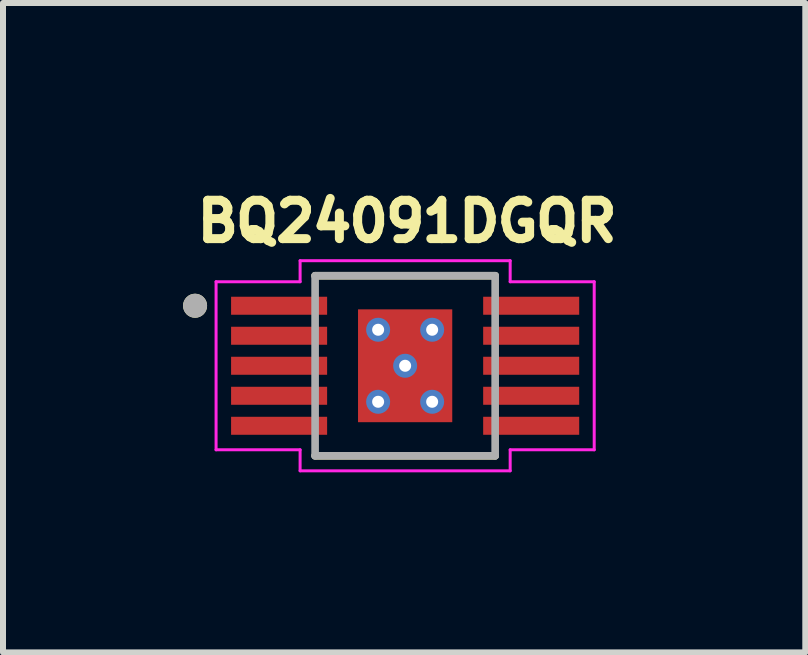
<source format=kicad_pcb>
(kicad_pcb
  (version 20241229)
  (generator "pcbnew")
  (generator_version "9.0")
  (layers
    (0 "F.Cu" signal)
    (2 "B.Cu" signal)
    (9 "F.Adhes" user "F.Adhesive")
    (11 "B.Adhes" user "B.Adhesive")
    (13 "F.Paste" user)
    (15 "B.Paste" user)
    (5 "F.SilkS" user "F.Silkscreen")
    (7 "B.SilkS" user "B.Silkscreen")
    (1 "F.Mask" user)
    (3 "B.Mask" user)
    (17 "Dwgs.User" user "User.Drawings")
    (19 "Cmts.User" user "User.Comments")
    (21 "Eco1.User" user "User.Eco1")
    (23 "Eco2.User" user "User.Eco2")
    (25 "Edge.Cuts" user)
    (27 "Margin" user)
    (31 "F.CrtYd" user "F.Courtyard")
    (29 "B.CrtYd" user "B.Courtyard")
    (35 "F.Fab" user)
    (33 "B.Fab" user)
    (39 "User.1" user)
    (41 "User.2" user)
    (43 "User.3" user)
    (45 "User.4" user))
  (footprint "BQ24091DGQR"
    (layer "F.Cu")
    (at 3.7 3.044)
    (property "Reference" "BQ24091DGQR" (at 0.032 -2.406 0) (layer "F.SilkS") (effects (font (size 0.64 0.64) (thickness 0.15))))
    (attr smd)
    (fp_poly (pts (xy -2.95 -1.2) (xy -1.25 -1.2) (xy -1.25 -0.8) (xy -2.95 -0.8)) (stroke (width 0.01) (type solid)) (fill yes) (layer "F.Mask"))
    (fp_poly (pts (xy -2.95 -0.7) (xy -1.25 -0.7) (xy -1.25 -0.3) (xy -2.95 -0.3)) (stroke (width 0.01) (type solid)) (fill yes) (layer "F.Mask"))
    (fp_poly (pts (xy -2.95 -0.2) (xy -1.25 -0.2) (xy -1.25 0.2) (xy -2.95 0.2)) (stroke (width 0.01) (type solid)) (fill yes) (layer "F.Mask"))
    (fp_poly (pts (xy -2.95 0.3) (xy -1.25 0.3) (xy -1.25 0.7) (xy -2.95 0.7)) (stroke (width 0.01) (type solid)) (fill yes) (layer "F.Mask"))
    (fp_poly (pts (xy -2.95 0.8) (xy -1.25 0.8) (xy -1.25 1.2) (xy -2.95 1.2)) (stroke (width 0.01) (type solid)) (fill yes) (layer "F.Mask"))
    (fp_poly (pts (xy 1.25 -1.2) (xy 2.95 -1.2) (xy 2.95 -0.8) (xy 1.25 -0.8)) (stroke (width 0.01) (type solid)) (fill yes) (layer "F.Mask"))
    (fp_poly (pts (xy 1.25 -0.7) (xy 2.95 -0.7) (xy 2.95 -0.3) (xy 1.25 -0.3)) (stroke (width 0.01) (type solid)) (fill yes) (layer "F.Mask"))
    (fp_poly (pts (xy 1.25 -0.2) (xy 2.95 -0.2) (xy 2.95 0.2) (xy 1.25 0.2)) (stroke (width 0.01) (type solid)) (fill yes) (layer "F.Mask"))
    (fp_poly (pts (xy 1.25 0.3) (xy 2.95 0.3) (xy 2.95 0.7) (xy 1.25 0.7)) (stroke (width 0.01) (type solid)) (fill yes) (layer "F.Mask"))
    (fp_poly (pts (xy 1.25 0.8) (xy 2.95 0.8) (xy 2.95 1.2) (xy 1.25 1.2)) (stroke (width 0.01) (type solid)) (fill yes) (layer "F.Mask"))
    (fp_line (start -1.5 1.5) (end 1.5 1.5) (stroke (width 0.127) (type solid)) (layer "F.SilkS"))
    (fp_line (start 1.5 -1.5) (end -1.5 -1.5) (stroke (width 0.127) (type solid)) (layer "F.SilkS"))
    (fp_circle (center -3.5 -1) (end -3.4 -1) (stroke (width 0.2) (type solid)) (fill no) (layer "F.SilkS"))
    (fp_poly (pts (xy -2.875 -1.125) (xy -1.325 -1.125) (xy -1.325 -0.875) (xy -2.875 -0.875)) (stroke (width 0.01) (type solid)) (fill yes) (layer "F.Paste"))
    (fp_poly (pts (xy -2.875 -0.625) (xy -1.325 -0.625) (xy -1.325 -0.375) (xy -2.875 -0.375)) (stroke (width 0.01) (type solid)) (fill yes) (layer "F.Paste"))
    (fp_poly (pts (xy -2.875 -0.125) (xy -1.325 -0.125) (xy -1.325 0.125) (xy -2.875 0.125)) (stroke (width 0.01) (type solid)) (fill yes) (layer "F.Paste"))
    (fp_poly (pts (xy -2.875 0.375) (xy -1.325 0.375) (xy -1.325 0.625) (xy -2.875 0.625)) (stroke (width 0.01) (type solid)) (fill yes) (layer "F.Paste"))
    (fp_poly (pts (xy -2.875 0.875) (xy -1.325 0.875) (xy -1.325 1.125) (xy -2.875 1.125)) (stroke (width 0.01) (type solid)) (fill yes) (layer "F.Paste"))
    (fp_poly (pts (xy 1.325 -1.125) (xy 2.875 -1.125) (xy 2.875 -0.875) (xy 1.325 -0.875)) (stroke (width 0.01) (type solid)) (fill yes) (layer "F.Paste"))
    (fp_poly (pts (xy 1.325 -0.625) (xy 2.875 -0.625) (xy 2.875 -0.375) (xy 1.325 -0.375)) (stroke (width 0.01) (type solid)) (fill yes) (layer "F.Paste"))
    (fp_poly (pts (xy 1.325 -0.125) (xy 2.875 -0.125) (xy 2.875 0.125) (xy 1.325 0.125)) (stroke (width 0.01) (type solid)) (fill yes) (layer "F.Paste"))
    (fp_poly (pts (xy 1.325 0.375) (xy 2.875 0.375) (xy 2.875 0.625) (xy 1.325 0.625)) (stroke (width 0.01) (type solid)) (fill yes) (layer "F.Paste"))
    (fp_poly (pts (xy 1.325 0.875) (xy 2.875 0.875) (xy 2.875 1.125) (xy 1.325 1.125)) (stroke (width 0.01) (type solid)) (fill yes) (layer "F.Paste"))
    (fp_line (start -3.15 -1.4) (end -3.15 1.4) (stroke (width 0.05) (type solid)) (layer "F.CrtYd"))
    (fp_line (start -3.15 1.4) (end -1.75 1.4) (stroke (width 0.05) (type solid)) (layer "F.CrtYd"))
    (fp_line (start -1.75 -1.75) (end -1.75 -1.4) (stroke (width 0.05) (type solid)) (layer "F.CrtYd"))
    (fp_line (start -1.75 -1.4) (end -3.15 -1.4) (stroke (width 0.05) (type solid)) (layer "F.CrtYd"))
    (fp_line (start -1.75 1.4) (end -1.75 1.75) (stroke (width 0.05) (type solid)) (layer "F.CrtYd"))
    (fp_line (start -1.75 1.75) (end 1.75 1.75) (stroke (width 0.05) (type solid)) (layer "F.CrtYd"))
    (fp_line (start 1.75 -1.75) (end -1.75 -1.75) (stroke (width 0.05) (type solid)) (layer "F.CrtYd"))
    (fp_line (start 1.75 -1.4) (end 1.75 -1.75) (stroke (width 0.05) (type solid)) (layer "F.CrtYd"))
    (fp_line (start 1.75 1.4) (end 3.15 1.4) (stroke (width 0.05) (type solid)) (layer "F.CrtYd"))
    (fp_line (start 1.75 1.75) (end 1.75 1.4) (stroke (width 0.05) (type solid)) (layer "F.CrtYd"))
    (fp_line (start 3.15 -1.4) (end 1.75 -1.4) (stroke (width 0.05) (type solid)) (layer "F.CrtYd"))
    (fp_line (start 3.15 1.4) (end 3.15 -1.4) (stroke (width 0.05) (type solid)) (layer "F.CrtYd"))
    (fp_line (start -1.5 -1.5) (end -1.5 1.5) (stroke (width 0.127) (type solid)) (layer "F.Fab"))
    (fp_line (start -1.5 1.5) (end 1.5 1.5) (stroke (width 0.127) (type solid)) (layer "F.Fab"))
    (fp_line (start 1.5 -1.5) (end -1.5 -1.5) (stroke (width 0.127) (type solid)) (layer "F.Fab"))
    (fp_line (start 1.5 1.5) (end 1.5 -1.5) (stroke (width 0.127) (type solid)) (layer "F.Fab"))
    (fp_circle (center -3.5 -1) (end -3.4 -1) (stroke (width 0.2) (type solid)) (fill no) (layer "F.Fab"))
    (pad "1" smd rect (at -2.1 -1) (size 1.6 0.3) (layers "F.Cu"))
    (pad "2" smd rect (at -2.1 -0.5) (size 1.6 0.3) (layers "F.Cu"))
    (pad "3" smd rect (at -2.1 0) (size 1.6 0.3) (layers "F.Cu"))
    (pad "4" smd rect (at -2.1 0.5) (size 1.6 0.3) (layers "F.Cu"))
    (pad "5" smd rect (at -2.1 1) (size 1.6 0.3) (layers "F.Cu"))
    (pad "6" smd rect (at 2.1 1) (size 1.6 0.3) (layers "F.Cu"))
    (pad "7" smd rect (at 2.1 0.5) (size 1.6 0.3) (layers "F.Cu"))
    (pad "8" smd rect (at 2.1 0) (size 1.6 0.3) (layers "F.Cu"))
    (pad "9" smd rect (at 2.1 -0.5) (size 1.6 0.3) (layers "F.Cu"))
    (pad "10" smd rect (at 2.1 -1) (size 1.6 0.3) (layers "F.Cu"))
    (pad "11" smd rect (at 0 0) (size 1.57 1.88) (layers "F.Cu" "F.Mask" "F.Paste"))
    (pad "12" thru_hole circle (at -0.45 -0.6) (size 0.4 0.4) (drill 0.2) (layers "*.Cu"))
    (pad "13" thru_hole circle (at 0.45 -0.6) (size 0.4 0.4) (drill 0.2) (layers "*.Cu"))
    (pad "14" thru_hole circle (at 0 0) (size 0.4 0.4) (drill 0.2) (layers "*.Cu"))
    (pad "15" thru_hole circle (at -0.45 0.6) (size 0.4 0.4) (drill 0.2) (layers "*.Cu"))
    (pad "16" thru_hole circle (at 0.45 0.6) (size 0.4 0.4) (drill 0.2) (layers "*.Cu")))
  (gr_rect
    (start -3 -3)
    (end 10.367 7.819)
    (stroke (width 0.1) (type default))
    (fill no)
    (layer "Edge.Cuts")))
</source>
